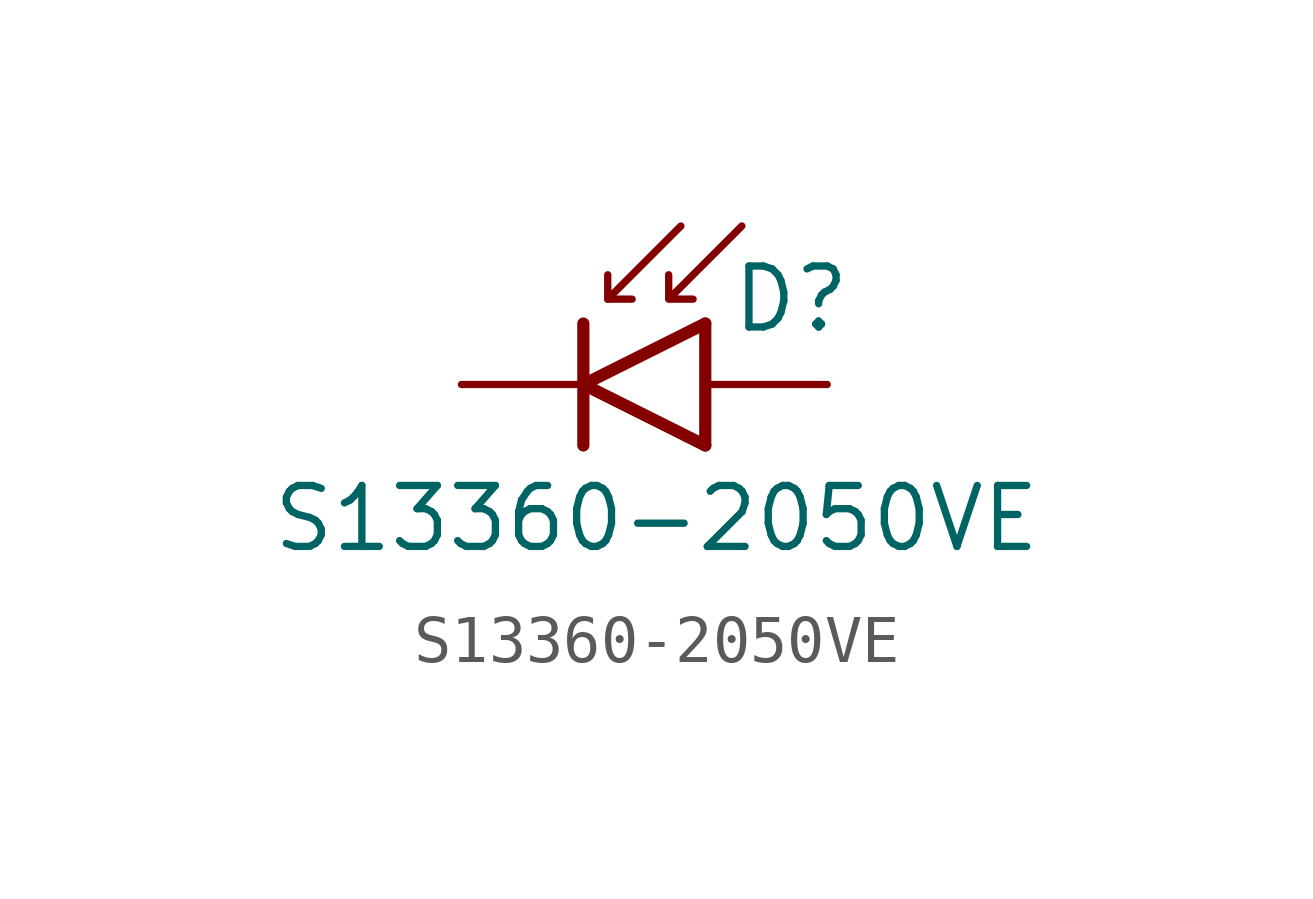
<source format=kicad_sym>
(kicad_symbol_lib
  (version 20200126)
  (host kicad_symbol_editor "(5.99.0-2251-g5226d6b4d)")
  (symbol "S13360-2050VE:S13360-2050VE"
    (pin_numbers hide)
    (pin_names
      (offset 0.508) hide)
    (property "Reference" "D"
      (at 1.778 1.778 0)
      (effects (font (size 1.27 1.27)) (justify left)))
    (property "Value" "S13360-2050VE"
      (at 0.254 -2.794 0)
      (effects (font (size 1.27 1.27))))
    (symbol "S13360-2050VE_0_1"
      (polyline (pts (xy -1.27 1.27) (xy -1.27 -1.27)) (stroke (width 0.254)) (fill (type none)))
      (polyline (pts (xy -0.762 1.778) (xy -0.254 1.778)) (stroke (width 0)) (fill (type none)))
      (polyline (pts (xy 1.27 1.27) (xy 1.27 -1.27)) (stroke (width 0.254)) (fill (type none)))
      (polyline (pts (xy 0.762 3.302) (xy -0.762 1.778) (xy -0.762 2.286)) (stroke (width 0)) (fill (type none)))
      (polyline (pts (xy 1.27 1.27) (xy -1.27 0) (xy 1.27 -1.27)) (stroke (width 0.254)) (fill (type none)))
      (polyline (pts (xy 2.032 3.302) (xy 0.508 1.778) (xy 0.508 2.286) (xy 0.508 1.778) (xy 1.016 1.778)) (stroke (width 0)) (fill (type none))))
    (symbol "S13360-2050VE_1_1"
      (pin passive line (at 3.81 0 180) (length 2.54) (name "A" (effects (font (size 1.27 1.27)))) (number "A" (effects (font (size 1.27 1.27)))))
      (pin passive line (at -3.81 0 0) (length 2.54) (name "K" (effects (font (size 1.27 1.27)))) (number "K" (effects (font (size 1.27 1.27))))))))
</source>
